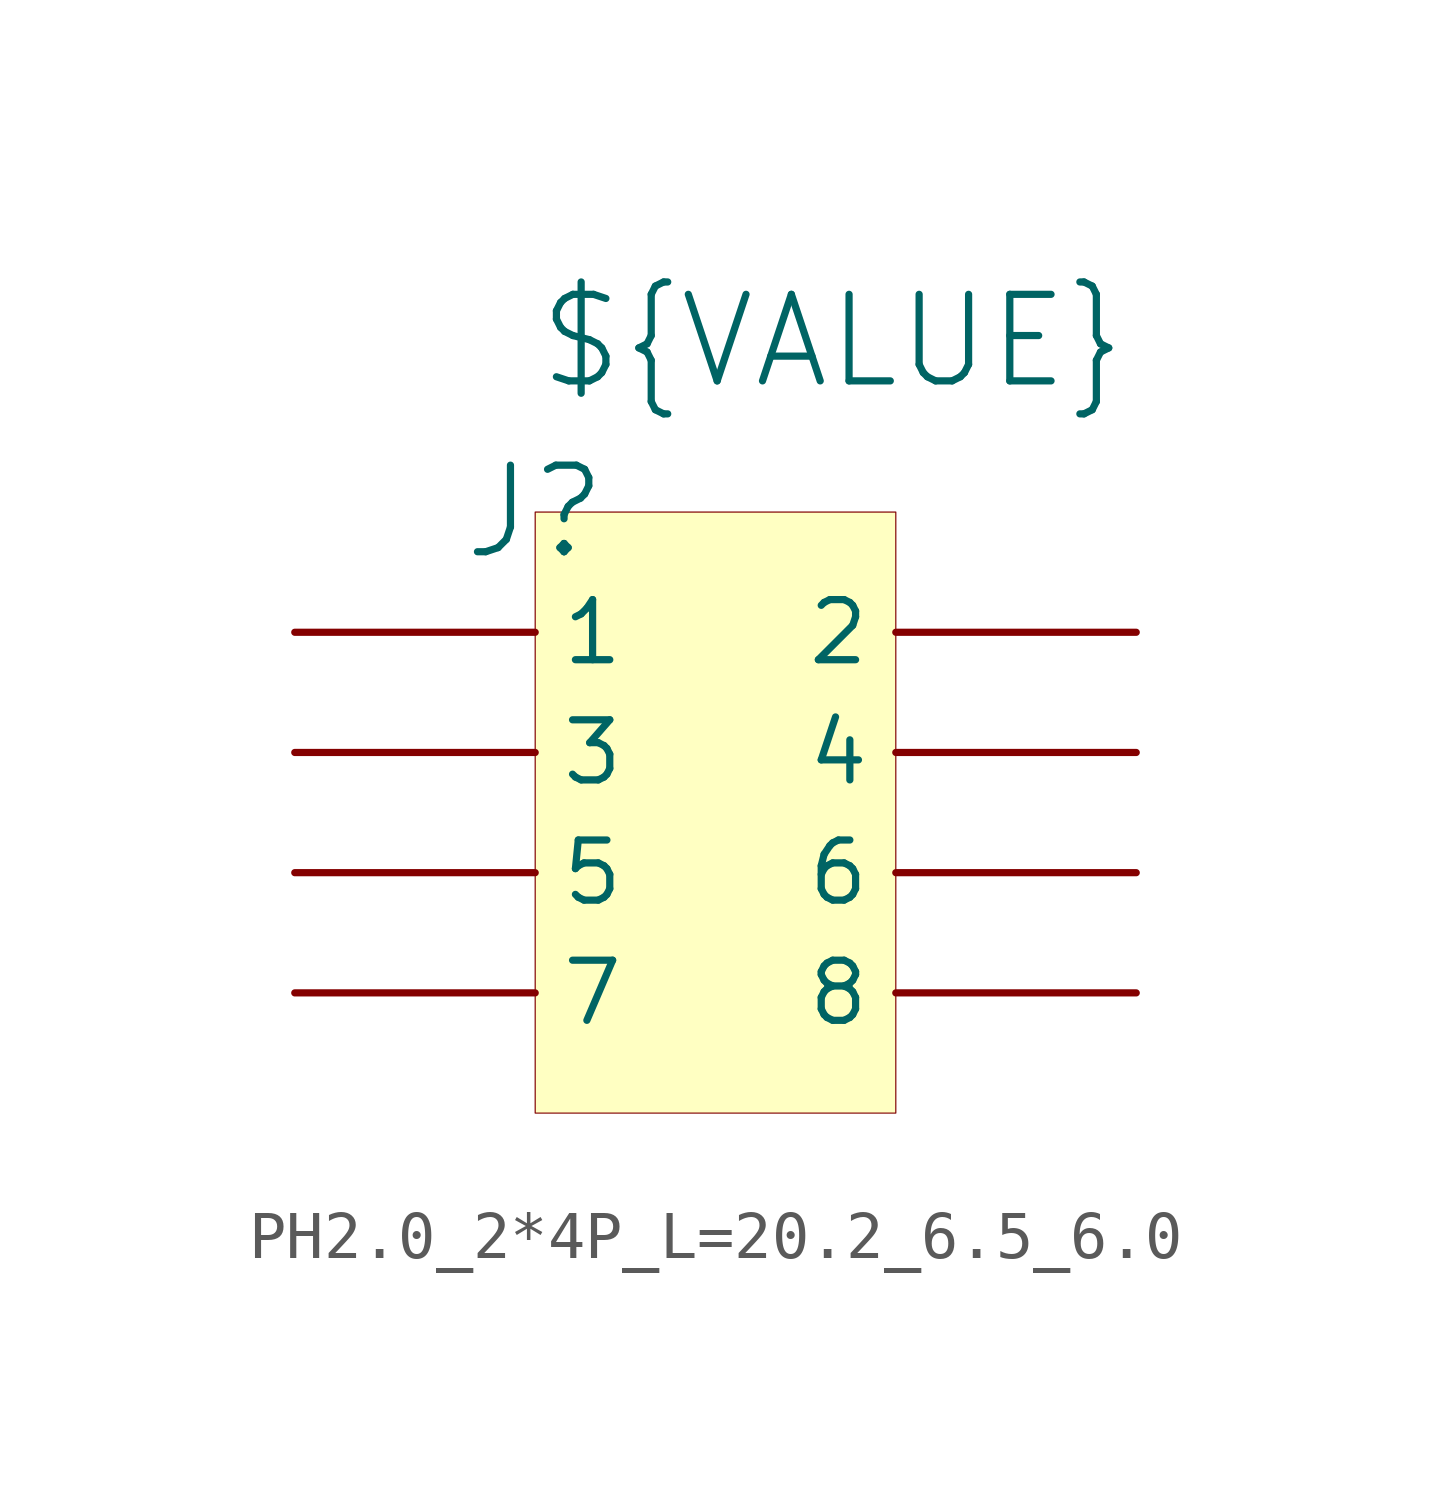
<source format=kicad_sym>
(kicad_symbol_lib
  (version 20241209)
  (generator "kicad_symbol_editor")
  (generator_version "9.0")
  (symbol "PH2.0_2*4P_L=20.2_6.5_6.0"
    (pin_numbers
      (hide yes))
    (property "Reference" "J"
      (at 0 0 0)
      (effects (font (size 1.829 1.829))))
    (property "Value" "${VALUE}"
      (at 0 2.54 0)
      (effects (font (size 1.829 1.829)) (justify left bottom)))
    (symbol "PH2.0_2*4P_L=20.2_6.5_6.0_1_0"
      (rectangle (start 7.62 0) (end 0 -12.7) (stroke (width 0.025) (type solid) (color 128 0 0 1)) (fill (type background)))
      (pin passive line (at -5.08 -2.54 0) (length 5.08) (name "1" (effects (font (size 1.27 1.27)))) (number "1" (effects (font (size 1.27 1.27)))))
      (pin passive line (at -5.08 -5.08 0) (length 5.08) (name "3" (effects (font (size 1.27 1.27)))) (number "3" (effects (font (size 1.27 1.27)))))
      (pin passive line (at -5.08 -7.62 0) (length 5.08) (name "5" (effects (font (size 1.27 1.27)))) (number "5" (effects (font (size 1.27 1.27)))))
      (pin passive line (at -5.08 -10.16 0) (length 5.08) (name "7" (effects (font (size 1.27 1.27)))) (number "7" (effects (font (size 1.27 1.27)))))
      (pin passive line (at 12.7 -2.54 180) (length 5.08) (name "2" (effects (font (size 1.27 1.27)))) (number "2" (effects (font (size 1.27 1.27)))))
      (pin passive line (at 12.7 -5.08 180) (length 5.08) (name "4" (effects (font (size 1.27 1.27)))) (number "4" (effects (font (size 1.27 1.27)))))
      (pin passive line (at 12.7 -7.62 180) (length 5.08) (name "6" (effects (font (size 1.27 1.27)))) (number "6" (effects (font (size 1.27 1.27)))))
      (pin passive line (at 12.7 -10.16 180) (length 5.08) (name "8" (effects (font (size 1.27 1.27)))) (number "8" (effects (font (size 1.27 1.27))))))))
</source>
